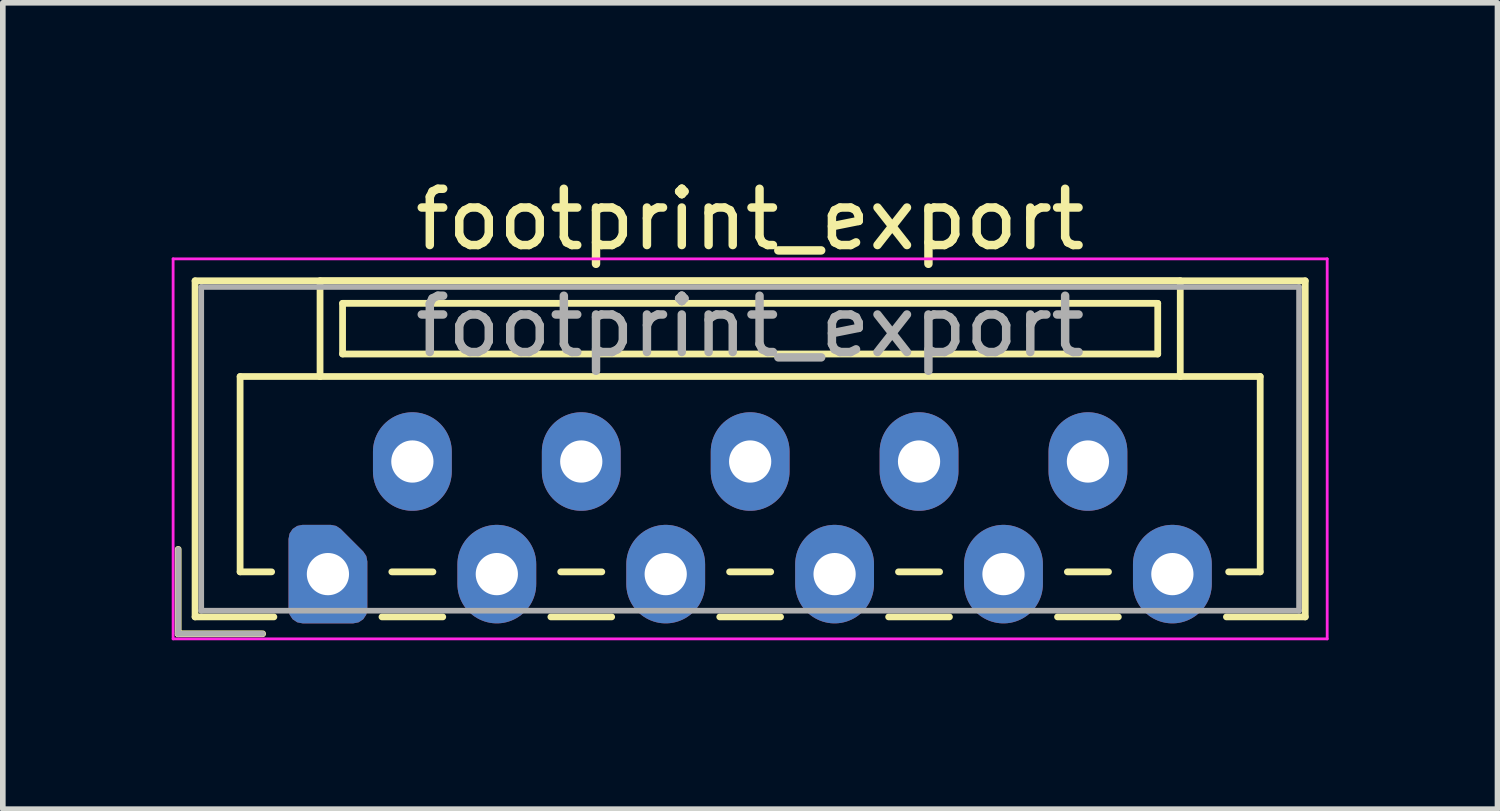
<source format=kicad_pcb>
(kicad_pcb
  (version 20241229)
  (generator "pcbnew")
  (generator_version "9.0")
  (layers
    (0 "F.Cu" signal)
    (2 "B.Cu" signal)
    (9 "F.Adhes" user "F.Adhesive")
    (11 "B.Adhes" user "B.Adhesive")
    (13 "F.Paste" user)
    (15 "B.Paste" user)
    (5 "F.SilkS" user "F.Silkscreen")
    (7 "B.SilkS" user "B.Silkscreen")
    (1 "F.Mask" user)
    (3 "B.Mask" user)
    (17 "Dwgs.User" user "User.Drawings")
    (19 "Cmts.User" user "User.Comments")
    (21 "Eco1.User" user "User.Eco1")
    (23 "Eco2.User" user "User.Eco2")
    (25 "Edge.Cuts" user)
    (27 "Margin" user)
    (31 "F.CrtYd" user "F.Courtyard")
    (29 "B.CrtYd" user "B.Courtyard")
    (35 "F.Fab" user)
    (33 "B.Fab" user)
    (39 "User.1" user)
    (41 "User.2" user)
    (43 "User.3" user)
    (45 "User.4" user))
  (footprint "footprint_export"
    (layer "F.Cu")
    (at 2.775 7.148)
    (property "Reference" "footprint_export" (at 7.5 -6.3 0) (layer "F.SilkS") (effects (font (size 1 1) (thickness 0.15))))
    (attr through_hole)
    (fp_line (start -2.66 -0.44) (end -2.66 1.06) (stroke (width 0.12) (type solid)) (layer "F.SilkS"))
    (fp_line (start -2.66 1.06) (end -1.16 1.06) (stroke (width 0.12) (type solid)) (layer "F.SilkS"))
    (fp_line (start -2.36 -5.21) (end 17.36 -5.21) (stroke (width 0.12) (type solid)) (layer "F.SilkS"))
    (fp_line (start -2.36 0.76) (end -2.36 -5.21) (stroke (width 0.12) (type solid)) (layer "F.SilkS"))
    (fp_line (start -1.56 -3.51) (end -1.56 -0.04) (stroke (width 0.12) (type solid)) (layer "F.SilkS"))
    (fp_line (start -1.56 -0.04) (end -1 -0.04) (stroke (width 0.12) (type solid)) (layer "F.SilkS"))
    (fp_line (start -0.96 0.76) (end -2.36 0.76) (stroke (width 0.12) (type solid)) (layer "F.SilkS"))
    (fp_line (start -0.14 -5.21) (end -0.14 -3.51) (stroke (width 0.12) (type solid)) (layer "F.SilkS"))
    (fp_line (start -0.14 -3.51) (end -1.56 -3.51) (stroke (width 0.12) (type solid)) (layer "F.SilkS"))
    (fp_line (start -0.14 -3.51) (end 15.14 -3.51) (stroke (width 0.12) (type solid)) (layer "F.SilkS"))
    (fp_line (start 0.26 -4.81) (end 0.26 -3.91) (stroke (width 0.12) (type solid)) (layer "F.SilkS"))
    (fp_line (start 0.26 -3.91) (end 14.74 -3.91) (stroke (width 0.12) (type solid)) (layer "F.SilkS"))
    (fp_line (start 0.96 0.76) (end 2.04 0.76) (stroke (width 0.12) (type solid)) (layer "F.SilkS"))
    (fp_line (start 1.135 -0.04) (end 1.865 -0.04) (stroke (width 0.12) (type solid)) (layer "F.SilkS"))
    (fp_line (start 3.96 0.76) (end 5.04 0.76) (stroke (width 0.12) (type solid)) (layer "F.SilkS"))
    (fp_line (start 4.135 -0.04) (end 4.865 -0.04) (stroke (width 0.12) (type solid)) (layer "F.SilkS"))
    (fp_line (start 6.96 0.76) (end 8.04 0.76) (stroke (width 0.12) (type solid)) (layer "F.SilkS"))
    (fp_line (start 7.135 -0.04) (end 7.865 -0.04) (stroke (width 0.12) (type solid)) (layer "F.SilkS"))
    (fp_line (start 9.96 0.76) (end 11.04 0.76) (stroke (width 0.12) (type solid)) (layer "F.SilkS"))
    (fp_line (start 10.135 -0.04) (end 10.865 -0.04) (stroke (width 0.12) (type solid)) (layer "F.SilkS"))
    (fp_line (start 12.96 0.76) (end 14.04 0.76) (stroke (width 0.12) (type solid)) (layer "F.SilkS"))
    (fp_line (start 13.135 -0.04) (end 13.865 -0.04) (stroke (width 0.12) (type solid)) (layer "F.SilkS"))
    (fp_line (start 14.74 -4.81) (end 0.26 -4.81) (stroke (width 0.12) (type solid)) (layer "F.SilkS"))
    (fp_line (start 14.74 -3.91) (end 14.74 -4.81) (stroke (width 0.12) (type solid)) (layer "F.SilkS"))
    (fp_line (start 15.14 -5.21) (end -0.14 -5.21) (stroke (width 0.12) (type solid)) (layer "F.SilkS"))
    (fp_line (start 15.14 -3.51) (end 15.14 -5.21) (stroke (width 0.12) (type solid)) (layer "F.SilkS"))
    (fp_line (start 15.14 -3.51) (end 16.56 -3.51) (stroke (width 0.12) (type solid)) (layer "F.SilkS"))
    (fp_line (start 16.56 -3.51) (end 16.56 -0.04) (stroke (width 0.12) (type solid)) (layer "F.SilkS"))
    (fp_line (start 16.56 -0.04) (end 16 -0.04) (stroke (width 0.12) (type solid)) (layer "F.SilkS"))
    (fp_line (start 17.36 -5.21) (end 17.36 0.76) (stroke (width 0.12) (type solid)) (layer "F.SilkS"))
    (fp_line (start 17.36 0.76) (end 15.96 0.76) (stroke (width 0.12) (type solid)) (layer "F.SilkS"))
    (fp_line (start -2.75 -5.6) (end -2.75 1.15) (stroke (width 0.05) (type solid)) (layer "F.CrtYd"))
    (fp_line (start -2.75 1.15) (end 17.75 1.15) (stroke (width 0.05) (type solid)) (layer "F.CrtYd"))
    (fp_line (start 17.75 -5.6) (end -2.75 -5.6) (stroke (width 0.05) (type solid)) (layer "F.CrtYd"))
    (fp_line (start 17.75 1.15) (end 17.75 -5.6) (stroke (width 0.05) (type solid)) (layer "F.CrtYd"))
    (fp_line (start -2.66 -0.44) (end -2.66 1.06) (stroke (width 0.1) (type solid)) (layer "F.Fab"))
    (fp_line (start -2.66 1.06) (end -1.16 1.06) (stroke (width 0.1) (type solid)) (layer "F.Fab"))
    (fp_line (start -2.25 -5.1) (end -2.25 0.65) (stroke (width 0.1) (type solid)) (layer "F.Fab"))
    (fp_line (start -2.25 0.65) (end 17.25 0.65) (stroke (width 0.1) (type solid)) (layer "F.Fab"))
    (fp_line (start 17.25 -5.1) (end -2.25 -5.1) (stroke (width 0.1) (type solid)) (layer "F.Fab"))
    (fp_line (start 17.25 0.65) (end 17.25 -5.1) (stroke (width 0.1) (type solid)) (layer "F.Fab"))
    (fp_text user "${REFERENCE}" (at 7.5 -4.4 0) (layer "F.Fab") (effects (font (size 1 1) (thickness 0.15))))
    (pad "1" thru_hole custom (at 0 0) (size 1.117 1.117) (drill 0.75) (layers "*.Cu" "*.Mask") (options (anchor circle)) (primitives (gr_poly (pts (xy 0.45 -0.225) (xy 0.45 0.625) (xy -0.45 0.625) (xy -0.45 -0.625) (xy 0.05 -0.625)) (width 0.5) (fill yes))))
    (pad "2" thru_hole oval (at 1.5 -2) (size 1.4 1.75) (drill 0.75) (layers "*.Cu" "*.Mask"))
    (pad "3" thru_hole oval (at 3 0) (size 1.4 1.75) (drill 0.75) (layers "*.Cu" "*.Mask"))
    (pad "4" thru_hole oval (at 4.5 -2) (size 1.4 1.75) (drill 0.75) (layers "*.Cu" "*.Mask"))
    (pad "5" thru_hole oval (at 6 0) (size 1.4 1.75) (drill 0.75) (layers "*.Cu" "*.Mask"))
    (pad "6" thru_hole oval (at 7.5 -2) (size 1.4 1.75) (drill 0.75) (layers "*.Cu" "*.Mask"))
    (pad "7" thru_hole oval (at 9 0) (size 1.4 1.75) (drill 0.75) (layers "*.Cu" "*.Mask"))
    (pad "8" thru_hole oval (at 10.5 -2) (size 1.4 1.75) (drill 0.75) (layers "*.Cu" "*.Mask"))
    (pad "9" thru_hole oval (at 12 0) (size 1.4 1.75) (drill 0.75) (layers "*.Cu" "*.Mask"))
    (pad "10" thru_hole oval (at 13.5 -2) (size 1.4 1.75) (drill 0.75) (layers "*.Cu" "*.Mask"))
    (pad "11" thru_hole oval (at 15 0) (size 1.4 1.75) (drill 0.75) (layers "*.Cu" "*.Mask")))
  (gr_rect
    (start -3 -3)
    (end 23.55 11.323)
    (stroke (width 0.1) (type default))
    (fill no)
    (layer "Edge.Cuts")))
</source>
